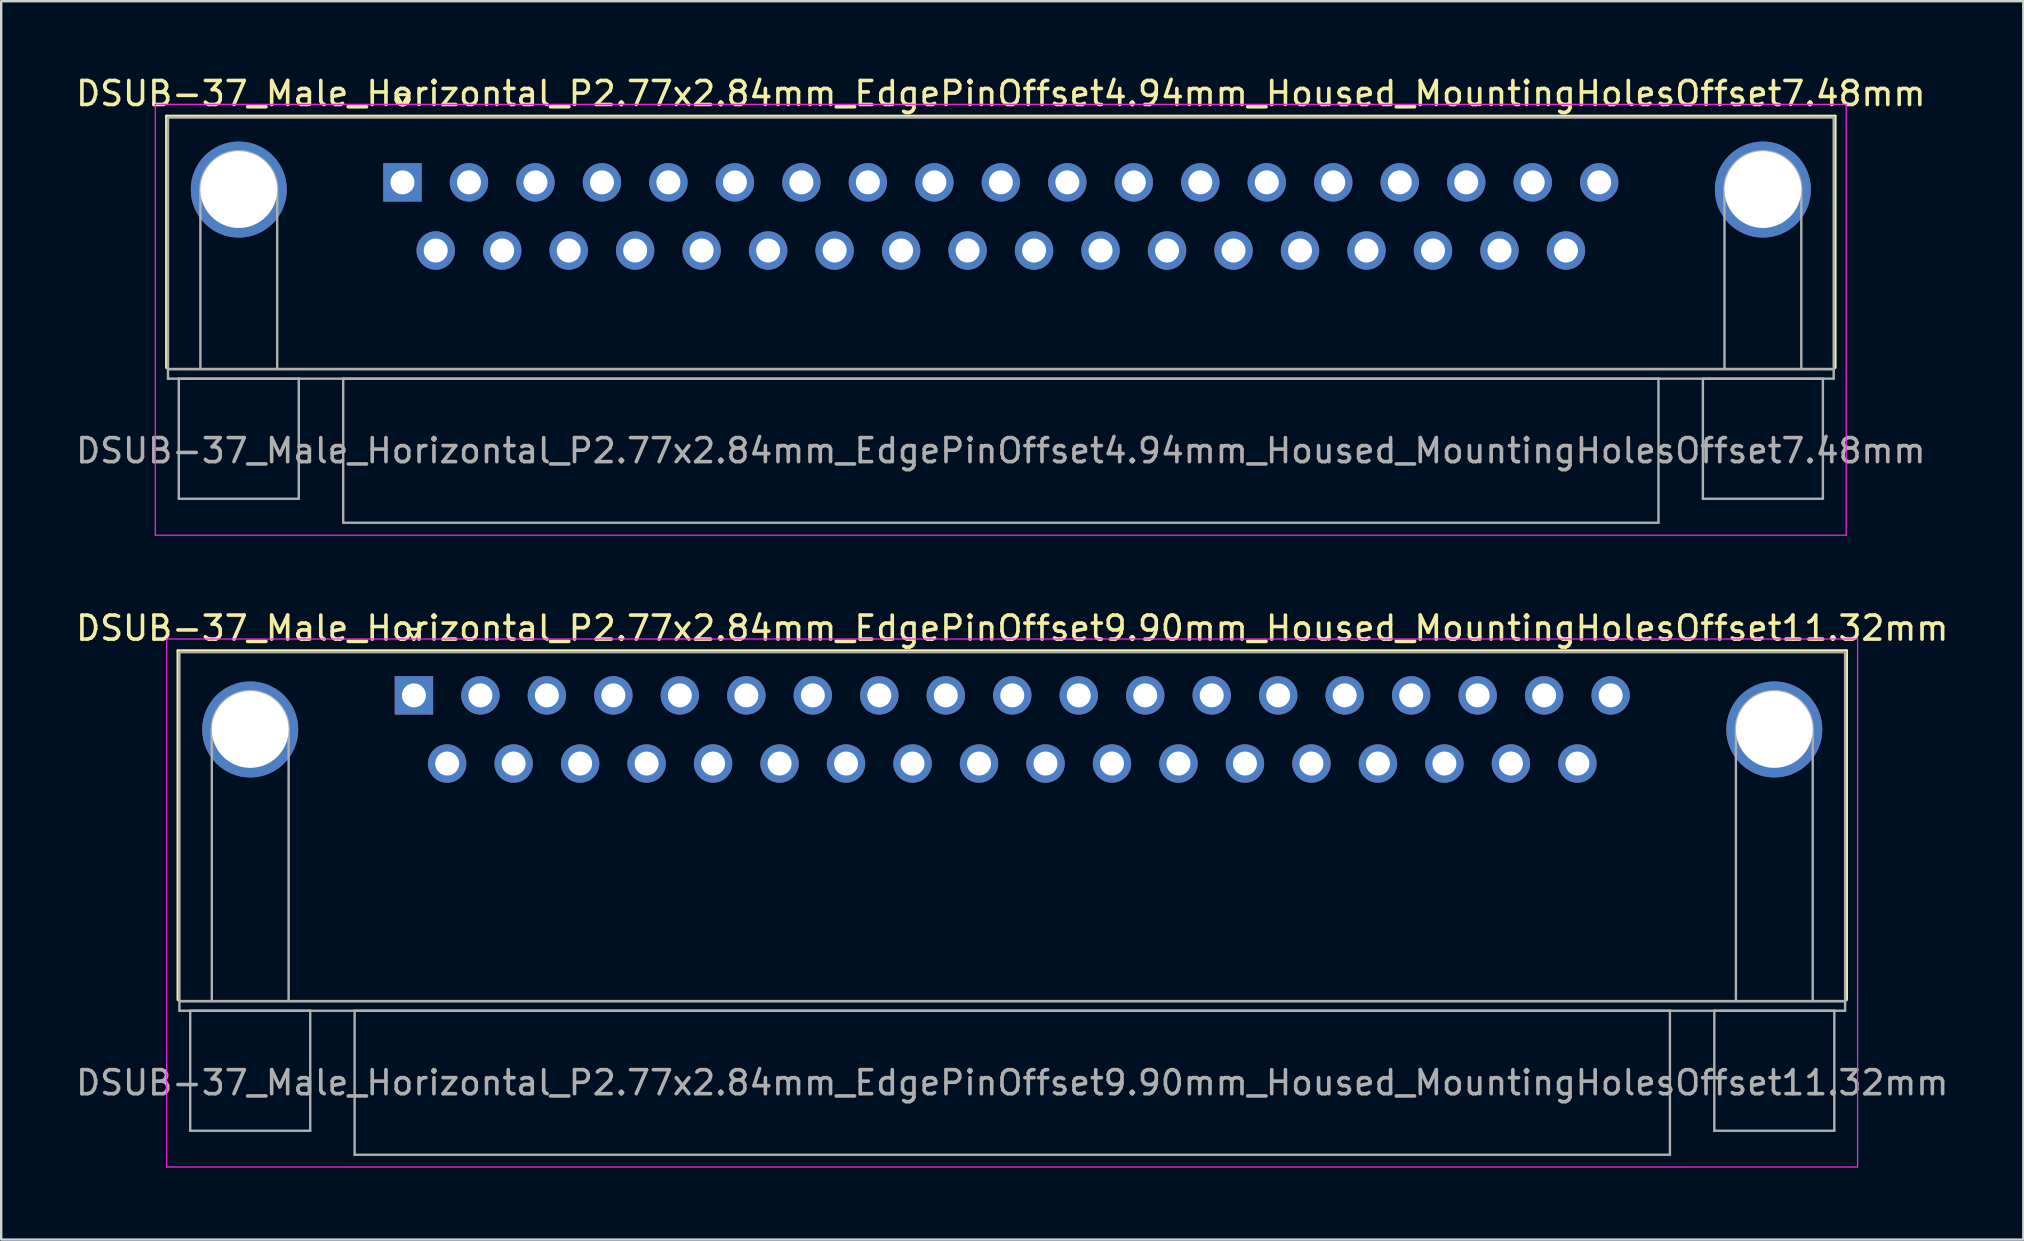
<source format=kicad_pcb>
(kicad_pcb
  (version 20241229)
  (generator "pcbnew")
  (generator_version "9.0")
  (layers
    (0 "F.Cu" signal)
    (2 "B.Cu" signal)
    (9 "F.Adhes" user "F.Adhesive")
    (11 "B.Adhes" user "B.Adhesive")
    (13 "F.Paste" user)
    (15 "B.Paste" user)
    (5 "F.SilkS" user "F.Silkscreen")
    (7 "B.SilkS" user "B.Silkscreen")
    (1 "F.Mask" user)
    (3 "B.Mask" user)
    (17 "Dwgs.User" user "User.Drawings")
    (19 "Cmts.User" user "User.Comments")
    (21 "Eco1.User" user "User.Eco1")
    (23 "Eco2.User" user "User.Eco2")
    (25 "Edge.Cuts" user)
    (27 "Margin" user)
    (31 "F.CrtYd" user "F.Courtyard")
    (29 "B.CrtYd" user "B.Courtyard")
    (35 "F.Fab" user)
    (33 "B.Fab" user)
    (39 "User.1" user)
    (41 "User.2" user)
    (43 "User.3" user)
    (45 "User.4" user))
  (footprint "DSUB-37_Male_Horizontal_P2.77x2.84mm_EdgePinOffset9.90mm_Housed_MountingHolesOffset11.32mm"
    (layer "F.Cu")
    (at 14.195 25.922)
    (property "Reference" "DSUB-37_Male_Horizontal_P2.77x2.84mm_EdgePinOffset9.90mm_Housed_MountingHolesOffset11.32mm" (at 24.93 -2.8 0) (layer "F.SilkS") (effects (font (size 1 1) (thickness 0.15))))
    (attr through_hole)
    (fp_line (start -9.83 -1.86) (end 59.69 -1.86) (stroke (width 0.12) (type solid)) (layer "F.SilkS"))
    (fp_line (start -9.83 12.68) (end -9.83 -1.86) (stroke (width 0.12) (type solid)) (layer "F.SilkS"))
    (fp_line (start -0.25 -2.754) (end 0.25 -2.754) (stroke (width 0.12) (type solid)) (layer "F.SilkS"))
    (fp_line (start 0 -2.321) (end -0.25 -2.754) (stroke (width 0.12) (type solid)) (layer "F.SilkS"))
    (fp_line (start 0.25 -2.754) (end 0 -2.321) (stroke (width 0.12) (type solid)) (layer "F.SilkS"))
    (fp_line (start 59.69 -1.86) (end 59.69 12.68) (stroke (width 0.12) (type solid)) (layer "F.SilkS"))
    (fp_line (start -10.3 -2.35) (end -10.3 19.65) (stroke (width 0.05) (type solid)) (layer "F.CrtYd"))
    (fp_line (start -10.3 19.65) (end 60.15 19.65) (stroke (width 0.05) (type solid)) (layer "F.CrtYd"))
    (fp_line (start 60.15 -2.35) (end -10.3 -2.35) (stroke (width 0.05) (type solid)) (layer "F.CrtYd"))
    (fp_line (start 60.15 19.65) (end 60.15 -2.35) (stroke (width 0.05) (type solid)) (layer "F.CrtYd"))
    (fp_line (start -9.77 -1.8) (end -9.77 12.74) (stroke (width 0.1) (type solid)) (layer "F.Fab"))
    (fp_line (start -9.77 12.74) (end -9.77 13.14) (stroke (width 0.1) (type solid)) (layer "F.Fab"))
    (fp_line (start -9.77 12.74) (end 59.63 12.74) (stroke (width 0.1) (type solid)) (layer "F.Fab"))
    (fp_line (start -9.77 13.14) (end 59.63 13.14) (stroke (width 0.1) (type solid)) (layer "F.Fab"))
    (fp_line (start -9.32 13.14) (end -9.32 18.14) (stroke (width 0.1) (type solid)) (layer "F.Fab"))
    (fp_line (start -9.32 18.14) (end -4.32 18.14) (stroke (width 0.1) (type solid)) (layer "F.Fab"))
    (fp_line (start -8.42 12.74) (end -8.42 1.42) (stroke (width 0.1) (type solid)) (layer "F.Fab"))
    (fp_line (start -5.22 12.74) (end -5.22 1.42) (stroke (width 0.1) (type solid)) (layer "F.Fab"))
    (fp_line (start -4.32 13.14) (end -9.32 13.14) (stroke (width 0.1) (type solid)) (layer "F.Fab"))
    (fp_line (start -4.32 18.14) (end -4.32 13.14) (stroke (width 0.1) (type solid)) (layer "F.Fab"))
    (fp_line (start -2.47 13.14) (end -2.47 19.14) (stroke (width 0.1) (type solid)) (layer "F.Fab"))
    (fp_line (start -2.47 19.14) (end 52.33 19.14) (stroke (width 0.1) (type solid)) (layer "F.Fab"))
    (fp_line (start 52.33 13.14) (end -2.47 13.14) (stroke (width 0.1) (type solid)) (layer "F.Fab"))
    (fp_line (start 52.33 19.14) (end 52.33 13.14) (stroke (width 0.1) (type solid)) (layer "F.Fab"))
    (fp_line (start 54.18 13.14) (end 54.18 18.14) (stroke (width 0.1) (type solid)) (layer "F.Fab"))
    (fp_line (start 54.18 18.14) (end 59.18 18.14) (stroke (width 0.1) (type solid)) (layer "F.Fab"))
    (fp_line (start 55.08 12.74) (end 55.08 1.42) (stroke (width 0.1) (type solid)) (layer "F.Fab"))
    (fp_line (start 58.28 12.74) (end 58.28 1.42) (stroke (width 0.1) (type solid)) (layer "F.Fab"))
    (fp_line (start 59.18 13.14) (end 54.18 13.14) (stroke (width 0.1) (type solid)) (layer "F.Fab"))
    (fp_line (start 59.18 18.14) (end 59.18 13.14) (stroke (width 0.1) (type solid)) (layer "F.Fab"))
    (fp_line (start 59.63 -1.8) (end -9.77 -1.8) (stroke (width 0.1) (type solid)) (layer "F.Fab"))
    (fp_line (start 59.63 12.74) (end -9.77 12.74) (stroke (width 0.1) (type solid)) (layer "F.Fab"))
    (fp_line (start 59.63 12.74) (end 59.63 -1.8) (stroke (width 0.1) (type solid)) (layer "F.Fab"))
    (fp_line (start 59.63 13.14) (end 59.63 12.74) (stroke (width 0.1) (type solid)) (layer "F.Fab"))
    (fp_arc (start -8.42 1.42) (mid -6.82 -0.18) (end -5.22 1.42) (stroke (width 0.1) (type solid)) (layer "F.Fab"))
    (fp_arc (start 55.08 1.42) (mid 56.68 -0.18) (end 58.28 1.42) (stroke (width 0.1) (type solid)) (layer "F.Fab"))
    (fp_text user "${REFERENCE}" (at 24.93 16.14 0) (layer "F.Fab") (effects (font (size 1 1) (thickness 0.15))))
    (pad "0" thru_hole circle (at -6.82 1.42) (size 4 4) (drill 3.2) (layers "*.Cu" "*.Mask"))
    (pad "0" thru_hole circle (at 56.68 1.42) (size 4 4) (drill 3.2) (layers "*.Cu" "*.Mask"))
    (pad "1" thru_hole rect (at 0 0) (size 1.6 1.6) (drill 1) (layers "*.Cu" "*.Mask"))
    (pad "2" thru_hole circle (at 2.77 0) (size 1.6 1.6) (drill 1) (layers "*.Cu" "*.Mask"))
    (pad "3" thru_hole circle (at 5.54 0) (size 1.6 1.6) (drill 1) (layers "*.Cu" "*.Mask"))
    (pad "4" thru_hole circle (at 8.31 0) (size 1.6 1.6) (drill 1) (layers "*.Cu" "*.Mask"))
    (pad "5" thru_hole circle (at 11.08 0) (size 1.6 1.6) (drill 1) (layers "*.Cu" "*.Mask"))
    (pad "6" thru_hole circle (at 13.85 0) (size 1.6 1.6) (drill 1) (layers "*.Cu" "*.Mask"))
    (pad "7" thru_hole circle (at 16.62 0) (size 1.6 1.6) (drill 1) (layers "*.Cu" "*.Mask"))
    (pad "8" thru_hole circle (at 19.39 0) (size 1.6 1.6) (drill 1) (layers "*.Cu" "*.Mask"))
    (pad "9" thru_hole circle (at 22.16 0) (size 1.6 1.6) (drill 1) (layers "*.Cu" "*.Mask"))
    (pad "10" thru_hole circle (at 24.93 0) (size 1.6 1.6) (drill 1) (layers "*.Cu" "*.Mask"))
    (pad "11" thru_hole circle (at 27.7 0) (size 1.6 1.6) (drill 1) (layers "*.Cu" "*.Mask"))
    (pad "12" thru_hole circle (at 30.47 0) (size 1.6 1.6) (drill 1) (layers "*.Cu" "*.Mask"))
    (pad "13" thru_hole circle (at 33.24 0) (size 1.6 1.6) (drill 1) (layers "*.Cu" "*.Mask"))
    (pad "14" thru_hole circle (at 36.01 0) (size 1.6 1.6) (drill 1) (layers "*.Cu" "*.Mask"))
    (pad "15" thru_hole circle (at 38.78 0) (size 1.6 1.6) (drill 1) (layers "*.Cu" "*.Mask"))
    (pad "16" thru_hole circle (at 41.55 0) (size 1.6 1.6) (drill 1) (layers "*.Cu" "*.Mask"))
    (pad "17" thru_hole circle (at 44.32 0) (size 1.6 1.6) (drill 1) (layers "*.Cu" "*.Mask"))
    (pad "18" thru_hole circle (at 47.09 0) (size 1.6 1.6) (drill 1) (layers "*.Cu" "*.Mask"))
    (pad "19" thru_hole circle (at 49.86 0) (size 1.6 1.6) (drill 1) (layers "*.Cu" "*.Mask"))
    (pad "20" thru_hole circle (at 1.385 2.84) (size 1.6 1.6) (drill 1) (layers "*.Cu" "*.Mask"))
    (pad "21" thru_hole circle (at 4.155 2.84) (size 1.6 1.6) (drill 1) (layers "*.Cu" "*.Mask"))
    (pad "22" thru_hole circle (at 6.925 2.84) (size 1.6 1.6) (drill 1) (layers "*.Cu" "*.Mask"))
    (pad "23" thru_hole circle (at 9.695 2.84) (size 1.6 1.6) (drill 1) (layers "*.Cu" "*.Mask"))
    (pad "24" thru_hole circle (at 12.465 2.84) (size 1.6 1.6) (drill 1) (layers "*.Cu" "*.Mask"))
    (pad "25" thru_hole circle (at 15.235 2.84) (size 1.6 1.6) (drill 1) (layers "*.Cu" "*.Mask"))
    (pad "26" thru_hole circle (at 18.005 2.84) (size 1.6 1.6) (drill 1) (layers "*.Cu" "*.Mask"))
    (pad "27" thru_hole circle (at 20.775 2.84) (size 1.6 1.6) (drill 1) (layers "*.Cu" "*.Mask"))
    (pad "28" thru_hole circle (at 23.545 2.84) (size 1.6 1.6) (drill 1) (layers "*.Cu" "*.Mask"))
    (pad "29" thru_hole circle (at 26.315 2.84) (size 1.6 1.6) (drill 1) (layers "*.Cu" "*.Mask"))
    (pad "30" thru_hole circle (at 29.085 2.84) (size 1.6 1.6) (drill 1) (layers "*.Cu" "*.Mask"))
    (pad "31" thru_hole circle (at 31.855 2.84) (size 1.6 1.6) (drill 1) (layers "*.Cu" "*.Mask"))
    (pad "32" thru_hole circle (at 34.625 2.84) (size 1.6 1.6) (drill 1) (layers "*.Cu" "*.Mask"))
    (pad "33" thru_hole circle (at 37.395 2.84) (size 1.6 1.6) (drill 1) (layers "*.Cu" "*.Mask"))
    (pad "34" thru_hole circle (at 40.165 2.84) (size 1.6 1.6) (drill 1) (layers "*.Cu" "*.Mask"))
    (pad "35" thru_hole circle (at 42.935 2.84) (size 1.6 1.6) (drill 1) (layers "*.Cu" "*.Mask"))
    (pad "36" thru_hole circle (at 45.705 2.84) (size 1.6 1.6) (drill 1) (layers "*.Cu" "*.Mask"))
    (pad "37" thru_hole circle (at 48.475 2.84) (size 1.6 1.6) (drill 1) (layers "*.Cu" "*.Mask")))
  (footprint "DSUB-37_Male_Horizontal_P2.77x2.84mm_EdgePinOffset4.94mm_Housed_MountingHolesOffset7.48mm"
    (layer "F.Cu")
    (at 13.719 4.548)
    (property "Reference" "DSUB-37_Male_Horizontal_P2.77x2.84mm_EdgePinOffset4.94mm_Housed_MountingHolesOffset7.48mm" (at 24.93 -3.7 0) (layer "F.SilkS") (effects (font (size 1 1) (thickness 0.15))))
    (attr through_hole)
    (fp_line (start -9.83 -2.76) (end 59.69 -2.76) (stroke (width 0.12) (type solid)) (layer "F.SilkS"))
    (fp_line (start -9.83 7.72) (end -9.83 -2.76) (stroke (width 0.12) (type solid)) (layer "F.SilkS"))
    (fp_line (start -0.25 -3.654) (end 0.25 -3.654) (stroke (width 0.12) (type solid)) (layer "F.SilkS"))
    (fp_line (start 0 -3.221) (end -0.25 -3.654) (stroke (width 0.12) (type solid)) (layer "F.SilkS"))
    (fp_line (start 0.25 -3.654) (end 0 -3.221) (stroke (width 0.12) (type solid)) (layer "F.SilkS"))
    (fp_line (start 59.69 -2.76) (end 59.69 7.72) (stroke (width 0.12) (type solid)) (layer "F.SilkS"))
    (fp_line (start -10.3 -3.25) (end -10.3 14.7) (stroke (width 0.05) (type solid)) (layer "F.CrtYd"))
    (fp_line (start -10.3 14.7) (end 60.15 14.7) (stroke (width 0.05) (type solid)) (layer "F.CrtYd"))
    (fp_line (start 60.15 -3.25) (end -10.3 -3.25) (stroke (width 0.05) (type solid)) (layer "F.CrtYd"))
    (fp_line (start 60.15 14.7) (end 60.15 -3.25) (stroke (width 0.05) (type solid)) (layer "F.CrtYd"))
    (fp_line (start -9.77 -2.7) (end -9.77 7.78) (stroke (width 0.1) (type solid)) (layer "F.Fab"))
    (fp_line (start -9.77 7.78) (end -9.77 8.18) (stroke (width 0.1) (type solid)) (layer "F.Fab"))
    (fp_line (start -9.77 7.78) (end 59.63 7.78) (stroke (width 0.1) (type solid)) (layer "F.Fab"))
    (fp_line (start -9.77 8.18) (end 59.63 8.18) (stroke (width 0.1) (type solid)) (layer "F.Fab"))
    (fp_line (start -9.32 8.18) (end -9.32 13.18) (stroke (width 0.1) (type solid)) (layer "F.Fab"))
    (fp_line (start -9.32 13.18) (end -4.32 13.18) (stroke (width 0.1) (type solid)) (layer "F.Fab"))
    (fp_line (start -8.42 7.78) (end -8.42 0.3) (stroke (width 0.1) (type solid)) (layer "F.Fab"))
    (fp_line (start -5.22 7.78) (end -5.22 0.3) (stroke (width 0.1) (type solid)) (layer "F.Fab"))
    (fp_line (start -4.32 8.18) (end -9.32 8.18) (stroke (width 0.1) (type solid)) (layer "F.Fab"))
    (fp_line (start -4.32 13.18) (end -4.32 8.18) (stroke (width 0.1) (type solid)) (layer "F.Fab"))
    (fp_line (start -2.47 8.18) (end -2.47 14.18) (stroke (width 0.1) (type solid)) (layer "F.Fab"))
    (fp_line (start -2.47 14.18) (end 52.33 14.18) (stroke (width 0.1) (type solid)) (layer "F.Fab"))
    (fp_line (start 52.33 8.18) (end -2.47 8.18) (stroke (width 0.1) (type solid)) (layer "F.Fab"))
    (fp_line (start 52.33 14.18) (end 52.33 8.18) (stroke (width 0.1) (type solid)) (layer "F.Fab"))
    (fp_line (start 54.18 8.18) (end 54.18 13.18) (stroke (width 0.1) (type solid)) (layer "F.Fab"))
    (fp_line (start 54.18 13.18) (end 59.18 13.18) (stroke (width 0.1) (type solid)) (layer "F.Fab"))
    (fp_line (start 55.08 7.78) (end 55.08 0.3) (stroke (width 0.1) (type solid)) (layer "F.Fab"))
    (fp_line (start 58.28 7.78) (end 58.28 0.3) (stroke (width 0.1) (type solid)) (layer "F.Fab"))
    (fp_line (start 59.18 8.18) (end 54.18 8.18) (stroke (width 0.1) (type solid)) (layer "F.Fab"))
    (fp_line (start 59.18 13.18) (end 59.18 8.18) (stroke (width 0.1) (type solid)) (layer "F.Fab"))
    (fp_line (start 59.63 -2.7) (end -9.77 -2.7) (stroke (width 0.1) (type solid)) (layer "F.Fab"))
    (fp_line (start 59.63 7.78) (end -9.77 7.78) (stroke (width 0.1) (type solid)) (layer "F.Fab"))
    (fp_line (start 59.63 7.78) (end 59.63 -2.7) (stroke (width 0.1) (type solid)) (layer "F.Fab"))
    (fp_line (start 59.63 8.18) (end 59.63 7.78) (stroke (width 0.1) (type solid)) (layer "F.Fab"))
    (fp_arc (start -8.42 0.3) (mid -6.82 -1.3) (end -5.22 0.3) (stroke (width 0.1) (type solid)) (layer "F.Fab"))
    (fp_arc (start 55.08 0.3) (mid 56.68 -1.3) (end 58.28 0.3) (stroke (width 0.1) (type solid)) (layer "F.Fab"))
    (fp_text user "${REFERENCE}" (at 24.93 11.18 0) (layer "F.Fab") (effects (font (size 1 1) (thickness 0.15))))
    (pad "0" thru_hole circle (at -6.82 0.3) (size 4 4) (drill 3.2) (layers "*.Cu" "*.Mask"))
    (pad "0" thru_hole circle (at 56.68 0.3) (size 4 4) (drill 3.2) (layers "*.Cu" "*.Mask"))
    (pad "1" thru_hole rect (at 0 0) (size 1.6 1.6) (drill 1) (layers "*.Cu" "*.Mask"))
    (pad "2" thru_hole circle (at 2.77 0) (size 1.6 1.6) (drill 1) (layers "*.Cu" "*.Mask"))
    (pad "3" thru_hole circle (at 5.54 0) (size 1.6 1.6) (drill 1) (layers "*.Cu" "*.Mask"))
    (pad "4" thru_hole circle (at 8.31 0) (size 1.6 1.6) (drill 1) (layers "*.Cu" "*.Mask"))
    (pad "5" thru_hole circle (at 11.08 0) (size 1.6 1.6) (drill 1) (layers "*.Cu" "*.Mask"))
    (pad "6" thru_hole circle (at 13.85 0) (size 1.6 1.6) (drill 1) (layers "*.Cu" "*.Mask"))
    (pad "7" thru_hole circle (at 16.62 0) (size 1.6 1.6) (drill 1) (layers "*.Cu" "*.Mask"))
    (pad "8" thru_hole circle (at 19.39 0) (size 1.6 1.6) (drill 1) (layers "*.Cu" "*.Mask"))
    (pad "9" thru_hole circle (at 22.16 0) (size 1.6 1.6) (drill 1) (layers "*.Cu" "*.Mask"))
    (pad "10" thru_hole circle (at 24.93 0) (size 1.6 1.6) (drill 1) (layers "*.Cu" "*.Mask"))
    (pad "11" thru_hole circle (at 27.7 0) (size 1.6 1.6) (drill 1) (layers "*.Cu" "*.Mask"))
    (pad "12" thru_hole circle (at 30.47 0) (size 1.6 1.6) (drill 1) (layers "*.Cu" "*.Mask"))
    (pad "13" thru_hole circle (at 33.24 0) (size 1.6 1.6) (drill 1) (layers "*.Cu" "*.Mask"))
    (pad "14" thru_hole circle (at 36.01 0) (size 1.6 1.6) (drill 1) (layers "*.Cu" "*.Mask"))
    (pad "15" thru_hole circle (at 38.78 0) (size 1.6 1.6) (drill 1) (layers "*.Cu" "*.Mask"))
    (pad "16" thru_hole circle (at 41.55 0) (size 1.6 1.6) (drill 1) (layers "*.Cu" "*.Mask"))
    (pad "17" thru_hole circle (at 44.32 0) (size 1.6 1.6) (drill 1) (layers "*.Cu" "*.Mask"))
    (pad "18" thru_hole circle (at 47.09 0) (size 1.6 1.6) (drill 1) (layers "*.Cu" "*.Mask"))
    (pad "19" thru_hole circle (at 49.86 0) (size 1.6 1.6) (drill 1) (layers "*.Cu" "*.Mask"))
    (pad "20" thru_hole circle (at 1.385 2.84) (size 1.6 1.6) (drill 1) (layers "*.Cu" "*.Mask"))
    (pad "21" thru_hole circle (at 4.155 2.84) (size 1.6 1.6) (drill 1) (layers "*.Cu" "*.Mask"))
    (pad "22" thru_hole circle (at 6.925 2.84) (size 1.6 1.6) (drill 1) (layers "*.Cu" "*.Mask"))
    (pad "23" thru_hole circle (at 9.695 2.84) (size 1.6 1.6) (drill 1) (layers "*.Cu" "*.Mask"))
    (pad "24" thru_hole circle (at 12.465 2.84) (size 1.6 1.6) (drill 1) (layers "*.Cu" "*.Mask"))
    (pad "25" thru_hole circle (at 15.235 2.84) (size 1.6 1.6) (drill 1) (layers "*.Cu" "*.Mask"))
    (pad "26" thru_hole circle (at 18.005 2.84) (size 1.6 1.6) (drill 1) (layers "*.Cu" "*.Mask"))
    (pad "27" thru_hole circle (at 20.775 2.84) (size 1.6 1.6) (drill 1) (layers "*.Cu" "*.Mask"))
    (pad "28" thru_hole circle (at 23.545 2.84) (size 1.6 1.6) (drill 1) (layers "*.Cu" "*.Mask"))
    (pad "29" thru_hole circle (at 26.315 2.84) (size 1.6 1.6) (drill 1) (layers "*.Cu" "*.Mask"))
    (pad "30" thru_hole circle (at 29.085 2.84) (size 1.6 1.6) (drill 1) (layers "*.Cu" "*.Mask"))
    (pad "31" thru_hole circle (at 31.855 2.84) (size 1.6 1.6) (drill 1) (layers "*.Cu" "*.Mask"))
    (pad "32" thru_hole circle (at 34.625 2.84) (size 1.6 1.6) (drill 1) (layers "*.Cu" "*.Mask"))
    (pad "33" thru_hole circle (at 37.395 2.84) (size 1.6 1.6) (drill 1) (layers "*.Cu" "*.Mask"))
    (pad "34" thru_hole circle (at 40.165 2.84) (size 1.6 1.6) (drill 1) (layers "*.Cu" "*.Mask"))
    (pad "35" thru_hole circle (at 42.935 2.84) (size 1.6 1.6) (drill 1) (layers "*.Cu" "*.Mask"))
    (pad "36" thru_hole circle (at 45.705 2.84) (size 1.6 1.6) (drill 1) (layers "*.Cu" "*.Mask"))
    (pad "37" thru_hole circle (at 48.475 2.84) (size 1.6 1.6) (drill 1) (layers "*.Cu" "*.Mask")))
  (gr_rect
    (start -3 -3)
    (end 81.25 48.596)
    (stroke (width 0.1) (type default))
    (fill no)
    (layer "Edge.Cuts")))
</source>
